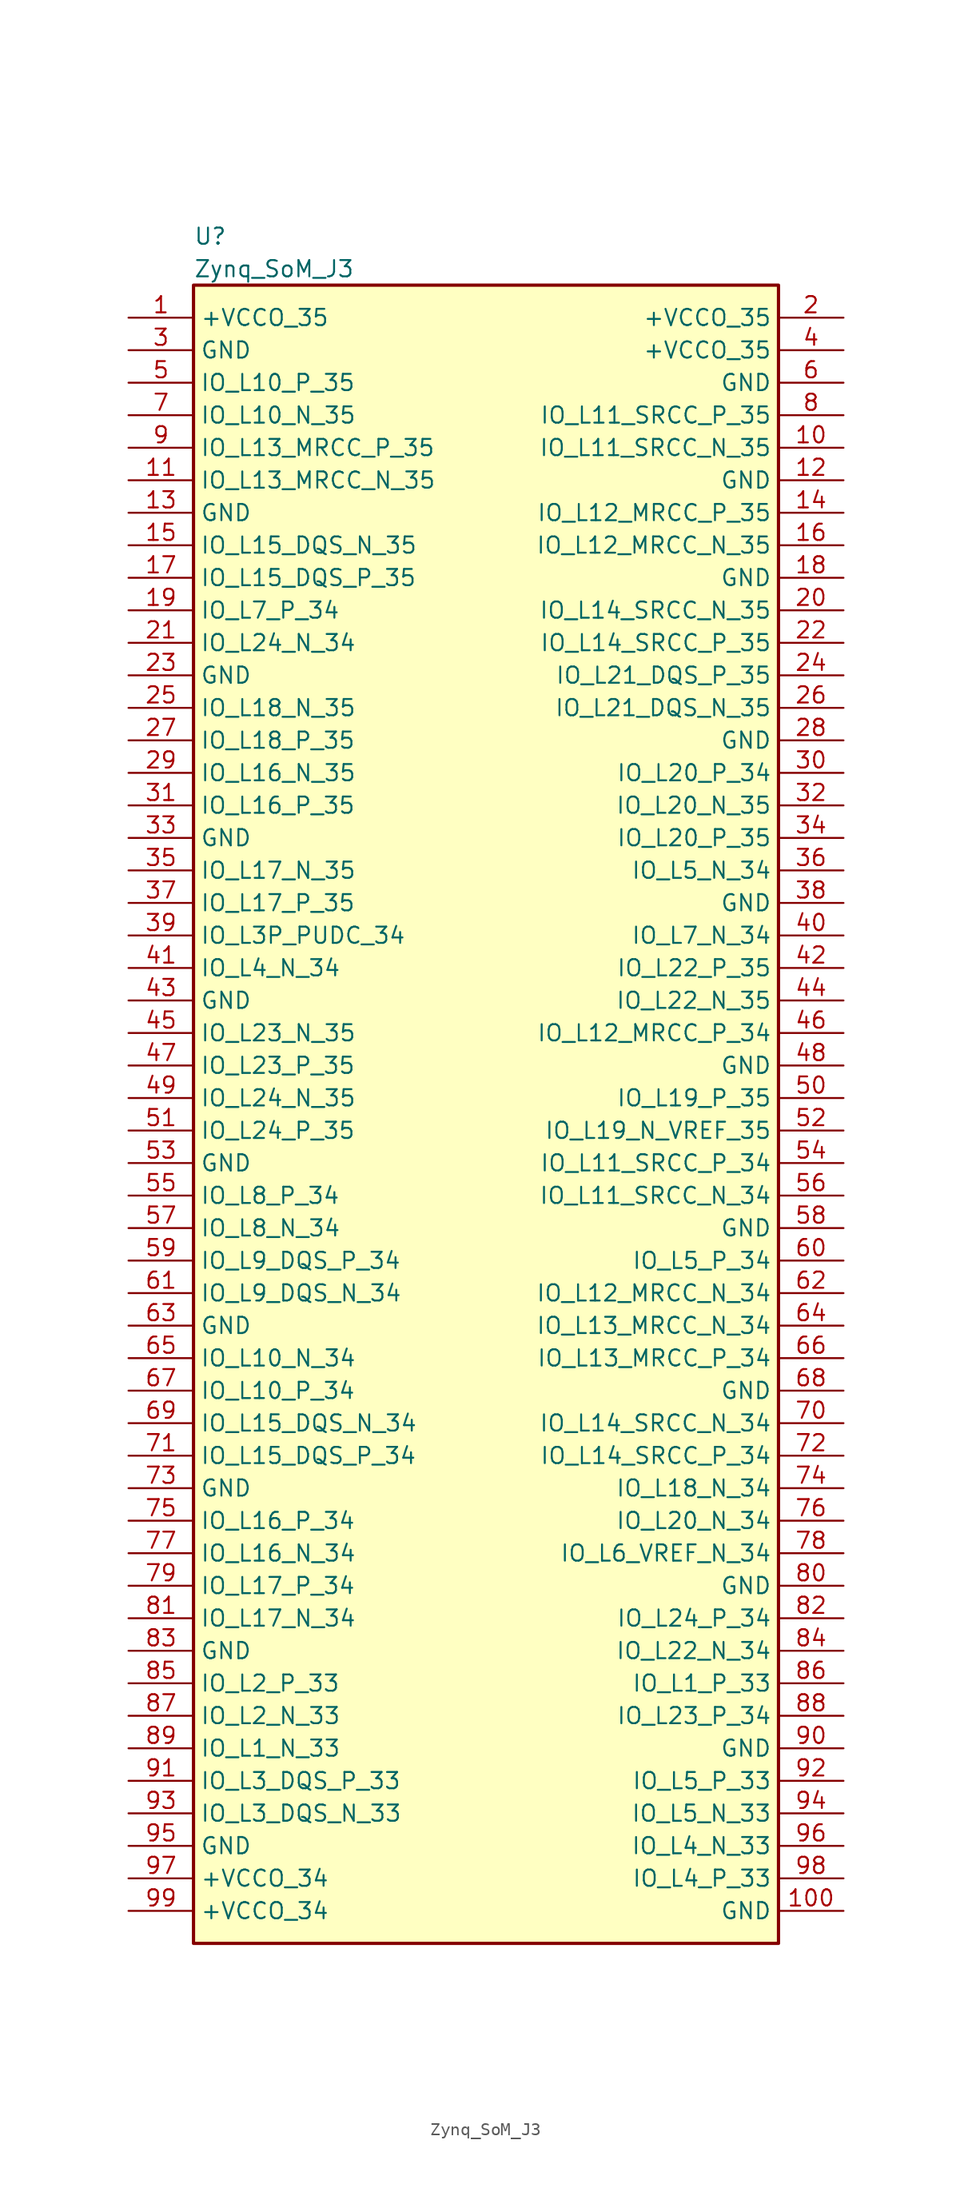
<source format=kicad_sym>
(kicad_symbol_lib
  (version 20231120)
  (generator "kicad_symbol_editor")
  (generator_version "8.0")
  (symbol "Zynq_SoM_J3"
    (property "Reference" "U"
      (at 5.08 6.35 0)
      (effects (font (size 1.27 1.27)) (justify left)))
    (property "Value" "Zynq_SoM_J3"
      (at 5.08 3.81 0)
      (effects (font (size 1.27 1.27)) (justify left)))
    (property "ki_locked" ""
      (at 0 0 0)
      (effects (font (size 1.27 1.27))))
    (symbol "Zynq_SoM_J3_1_1"
      (rectangle (start 5.08 2.54) (end 50.8 -127) (stroke (width 0.254) (type solid)) (fill (type background)))
      (pin bidirectional line (at 0 0 0) (length 5.08) (name "+VCCO_35" (effects (font (size 1.27 1.27)))) (number "1" (effects (font (size 1.27 1.27)))))
      (pin bidirectional line (at 55.88 -10.16 180) (length 5.08) (name "IO_L11_SRCC_N_35" (effects (font (size 1.27 1.27)))) (number "10" (effects (font (size 1.27 1.27)))))
      (pin bidirectional line (at 55.88 -124.46 180) (length 5.08) (name "GND" (effects (font (size 1.27 1.27)))) (number "100" (effects (font (size 1.27 1.27)))))
      (pin bidirectional line (at 0 -12.7 0) (length 5.08) (name "IO_L13_MRCC_N_35" (effects (font (size 1.27 1.27)))) (number "11" (effects (font (size 1.27 1.27)))))
      (pin bidirectional line (at 55.88 -12.7 180) (length 5.08) (name "GND" (effects (font (size 1.27 1.27)))) (number "12" (effects (font (size 1.27 1.27)))))
      (pin bidirectional line (at 0 -15.24 0) (length 5.08) (name "GND" (effects (font (size 1.27 1.27)))) (number "13" (effects (font (size 1.27 1.27)))))
      (pin bidirectional line (at 55.88 -15.24 180) (length 5.08) (name "IO_L12_MRCC_P_35" (effects (font (size 1.27 1.27)))) (number "14" (effects (font (size 1.27 1.27)))))
      (pin bidirectional line (at 0 -17.78 0) (length 5.08) (name "IO_L15_DQS_N_35" (effects (font (size 1.27 1.27)))) (number "15" (effects (font (size 1.27 1.27)))))
      (pin bidirectional line (at 55.88 -17.78 180) (length 5.08) (name "IO_L12_MRCC_N_35" (effects (font (size 1.27 1.27)))) (number "16" (effects (font (size 1.27 1.27)))))
      (pin bidirectional line (at 0 -20.32 0) (length 5.08) (name "IO_L15_DQS_P_35" (effects (font (size 1.27 1.27)))) (number "17" (effects (font (size 1.27 1.27)))))
      (pin bidirectional line (at 55.88 -20.32 180) (length 5.08) (name "GND" (effects (font (size 1.27 1.27)))) (number "18" (effects (font (size 1.27 1.27)))))
      (pin bidirectional line (at 0 -22.86 0) (length 5.08) (name "IO_L7_P_34" (effects (font (size 1.27 1.27)))) (number "19" (effects (font (size 1.27 1.27)))))
      (pin bidirectional line (at 55.88 0 180) (length 5.08) (name "+VCCO_35" (effects (font (size 1.27 1.27)))) (number "2" (effects (font (size 1.27 1.27)))))
      (pin bidirectional line (at 55.88 -22.86 180) (length 5.08) (name "IO_L14_SRCC_N_35" (effects (font (size 1.27 1.27)))) (number "20" (effects (font (size 1.27 1.27)))))
      (pin bidirectional line (at 0 -25.4 0) (length 5.08) (name "IO_L24_N_34" (effects (font (size 1.27 1.27)))) (number "21" (effects (font (size 1.27 1.27)))))
      (pin bidirectional line (at 55.88 -25.4 180) (length 5.08) (name "IO_L14_SRCC_P_35" (effects (font (size 1.27 1.27)))) (number "22" (effects (font (size 1.27 1.27)))))
      (pin bidirectional line (at 0 -27.94 0) (length 5.08) (name "GND" (effects (font (size 1.27 1.27)))) (number "23" (effects (font (size 1.27 1.27)))))
      (pin bidirectional line (at 55.88 -27.94 180) (length 5.08) (name "IO_L21_DQS_P_35" (effects (font (size 1.27 1.27)))) (number "24" (effects (font (size 1.27 1.27)))))
      (pin bidirectional line (at 0 -30.48 0) (length 5.08) (name "IO_L18_N_35" (effects (font (size 1.27 1.27)))) (number "25" (effects (font (size 1.27 1.27)))))
      (pin bidirectional line (at 55.88 -30.48 180) (length 5.08) (name "IO_L21_DQS_N_35" (effects (font (size 1.27 1.27)))) (number "26" (effects (font (size 1.27 1.27)))))
      (pin bidirectional line (at 0 -33.02 0) (length 5.08) (name "IO_L18_P_35" (effects (font (size 1.27 1.27)))) (number "27" (effects (font (size 1.27 1.27)))))
      (pin bidirectional line (at 55.88 -33.02 180) (length 5.08) (name "GND" (effects (font (size 1.27 1.27)))) (number "28" (effects (font (size 1.27 1.27)))))
      (pin bidirectional line (at 0 -35.56 0) (length 5.08) (name "IO_L16_N_35" (effects (font (size 1.27 1.27)))) (number "29" (effects (font (size 1.27 1.27)))))
      (pin bidirectional line (at 0 -2.54 0) (length 5.08) (name "GND" (effects (font (size 1.27 1.27)))) (number "3" (effects (font (size 1.27 1.27)))))
      (pin bidirectional line (at 55.88 -35.56 180) (length 5.08) (name "IO_L20_P_34" (effects (font (size 1.27 1.27)))) (number "30" (effects (font (size 1.27 1.27)))))
      (pin bidirectional line (at 0 -38.1 0) (length 5.08) (name "IO_L16_P_35" (effects (font (size 1.27 1.27)))) (number "31" (effects (font (size 1.27 1.27)))))
      (pin bidirectional line (at 55.88 -38.1 180) (length 5.08) (name "IO_L20_N_35" (effects (font (size 1.27 1.27)))) (number "32" (effects (font (size 1.27 1.27)))))
      (pin bidirectional line (at 0 -40.64 0) (length 5.08) (name "GND" (effects (font (size 1.27 1.27)))) (number "33" (effects (font (size 1.27 1.27)))))
      (pin bidirectional line (at 55.88 -40.64 180) (length 5.08) (name "IO_L20_P_35" (effects (font (size 1.27 1.27)))) (number "34" (effects (font (size 1.27 1.27)))))
      (pin bidirectional line (at 0 -43.18 0) (length 5.08) (name "IO_L17_N_35" (effects (font (size 1.27 1.27)))) (number "35" (effects (font (size 1.27 1.27)))))
      (pin bidirectional line (at 55.88 -43.18 180) (length 5.08) (name "IO_L5_N_34" (effects (font (size 1.27 1.27)))) (number "36" (effects (font (size 1.27 1.27)))))
      (pin bidirectional line (at 0 -45.72 0) (length 5.08) (name "IO_L17_P_35" (effects (font (size 1.27 1.27)))) (number "37" (effects (font (size 1.27 1.27)))))
      (pin bidirectional line (at 55.88 -45.72 180) (length 5.08) (name "GND" (effects (font (size 1.27 1.27)))) (number "38" (effects (font (size 1.27 1.27)))))
      (pin bidirectional line (at 0 -48.26 0) (length 5.08) (name "IO_L3P_PUDC_34" (effects (font (size 1.27 1.27)))) (number "39" (effects (font (size 1.27 1.27)))))
      (pin bidirectional line (at 55.88 -2.54 180) (length 5.08) (name "+VCCO_35" (effects (font (size 1.27 1.27)))) (number "4" (effects (font (size 1.27 1.27)))))
      (pin bidirectional line (at 55.88 -48.26 180) (length 5.08) (name "IO_L7_N_34" (effects (font (size 1.27 1.27)))) (number "40" (effects (font (size 1.27 1.27)))))
      (pin bidirectional line (at 0 -50.8 0) (length 5.08) (name "IO_L4_N_34" (effects (font (size 1.27 1.27)))) (number "41" (effects (font (size 1.27 1.27)))))
      (pin bidirectional line (at 55.88 -50.8 180) (length 5.08) (name "IO_L22_P_35" (effects (font (size 1.27 1.27)))) (number "42" (effects (font (size 1.27 1.27)))))
      (pin bidirectional line (at 0 -53.34 0) (length 5.08) (name "GND" (effects (font (size 1.27 1.27)))) (number "43" (effects (font (size 1.27 1.27)))))
      (pin bidirectional line (at 55.88 -53.34 180) (length 5.08) (name "IO_L22_N_35" (effects (font (size 1.27 1.27)))) (number "44" (effects (font (size 1.27 1.27)))))
      (pin bidirectional line (at 0 -55.88 0) (length 5.08) (name "IO_L23_N_35" (effects (font (size 1.27 1.27)))) (number "45" (effects (font (size 1.27 1.27)))))
      (pin bidirectional line (at 55.88 -55.88 180) (length 5.08) (name "IO_L12_MRCC_P_34" (effects (font (size 1.27 1.27)))) (number "46" (effects (font (size 1.27 1.27)))))
      (pin bidirectional line (at 0 -58.42 0) (length 5.08) (name "IO_L23_P_35" (effects (font (size 1.27 1.27)))) (number "47" (effects (font (size 1.27 1.27)))))
      (pin bidirectional line (at 55.88 -58.42 180) (length 5.08) (name "GND" (effects (font (size 1.27 1.27)))) (number "48" (effects (font (size 1.27 1.27)))))
      (pin bidirectional line (at 0 -60.96 0) (length 5.08) (name "IO_L24_N_35" (effects (font (size 1.27 1.27)))) (number "49" (effects (font (size 1.27 1.27)))))
      (pin bidirectional line (at 0 -5.08 0) (length 5.08) (name "IO_L10_P_35" (effects (font (size 1.27 1.27)))) (number "5" (effects (font (size 1.27 1.27)))))
      (pin bidirectional line (at 55.88 -60.96 180) (length 5.08) (name "IO_L19_P_35" (effects (font (size 1.27 1.27)))) (number "50" (effects (font (size 1.27 1.27)))))
      (pin bidirectional line (at 0 -63.5 0) (length 5.08) (name "IO_L24_P_35" (effects (font (size 1.27 1.27)))) (number "51" (effects (font (size 1.27 1.27)))))
      (pin bidirectional line (at 55.88 -63.5 180) (length 5.08) (name "IO_L19_N_VREF_35" (effects (font (size 1.27 1.27)))) (number "52" (effects (font (size 1.27 1.27)))))
      (pin bidirectional line (at 0 -66.04 0) (length 5.08) (name "GND" (effects (font (size 1.27 1.27)))) (number "53" (effects (font (size 1.27 1.27)))))
      (pin bidirectional line (at 55.88 -66.04 180) (length 5.08) (name "IO_L11_SRCC_P_34" (effects (font (size 1.27 1.27)))) (number "54" (effects (font (size 1.27 1.27)))))
      (pin bidirectional line (at 0 -68.58 0) (length 5.08) (name "IO_L8_P_34" (effects (font (size 1.27 1.27)))) (number "55" (effects (font (size 1.27 1.27)))))
      (pin bidirectional line (at 55.88 -68.58 180) (length 5.08) (name "IO_L11_SRCC_N_34" (effects (font (size 1.27 1.27)))) (number "56" (effects (font (size 1.27 1.27)))))
      (pin bidirectional line (at 0 -71.12 0) (length 5.08) (name "IO_L8_N_34" (effects (font (size 1.27 1.27)))) (number "57" (effects (font (size 1.27 1.27)))))
      (pin bidirectional line (at 55.88 -71.12 180) (length 5.08) (name "GND" (effects (font (size 1.27 1.27)))) (number "58" (effects (font (size 1.27 1.27)))))
      (pin bidirectional line (at 0 -73.66 0) (length 5.08) (name "IO_L9_DQS_P_34" (effects (font (size 1.27 1.27)))) (number "59" (effects (font (size 1.27 1.27)))))
      (pin bidirectional line (at 55.88 -5.08 180) (length 5.08) (name "GND" (effects (font (size 1.27 1.27)))) (number "6" (effects (font (size 1.27 1.27)))))
      (pin bidirectional line (at 55.88 -73.66 180) (length 5.08) (name "IO_L5_P_34" (effects (font (size 1.27 1.27)))) (number "60" (effects (font (size 1.27 1.27)))))
      (pin bidirectional line (at 0 -76.2 0) (length 5.08) (name "IO_L9_DQS_N_34" (effects (font (size 1.27 1.27)))) (number "61" (effects (font (size 1.27 1.27)))))
      (pin bidirectional line (at 55.88 -76.2 180) (length 5.08) (name "IO_L12_MRCC_N_34" (effects (font (size 1.27 1.27)))) (number "62" (effects (font (size 1.27 1.27)))))
      (pin bidirectional line (at 0 -78.74 0) (length 5.08) (name "GND" (effects (font (size 1.27 1.27)))) (number "63" (effects (font (size 1.27 1.27)))))
      (pin bidirectional line (at 55.88 -78.74 180) (length 5.08) (name "IO_L13_MRCC_N_34" (effects (font (size 1.27 1.27)))) (number "64" (effects (font (size 1.27 1.27)))))
      (pin bidirectional line (at 0 -81.28 0) (length 5.08) (name "IO_L10_N_34" (effects (font (size 1.27 1.27)))) (number "65" (effects (font (size 1.27 1.27)))))
      (pin bidirectional line (at 55.88 -81.28 180) (length 5.08) (name "IO_L13_MRCC_P_34" (effects (font (size 1.27 1.27)))) (number "66" (effects (font (size 1.27 1.27)))))
      (pin bidirectional line (at 0 -83.82 0) (length 5.08) (name "IO_L10_P_34" (effects (font (size 1.27 1.27)))) (number "67" (effects (font (size 1.27 1.27)))))
      (pin bidirectional line (at 55.88 -83.82 180) (length 5.08) (name "GND" (effects (font (size 1.27 1.27)))) (number "68" (effects (font (size 1.27 1.27)))))
      (pin bidirectional line (at 0 -86.36 0) (length 5.08) (name "IO_L15_DQS_N_34" (effects (font (size 1.27 1.27)))) (number "69" (effects (font (size 1.27 1.27)))))
      (pin bidirectional line (at 0 -7.62 0) (length 5.08) (name "IO_L10_N_35" (effects (font (size 1.27 1.27)))) (number "7" (effects (font (size 1.27 1.27)))))
      (pin bidirectional line (at 55.88 -86.36 180) (length 5.08) (name "IO_L14_SRCC_N_34" (effects (font (size 1.27 1.27)))) (number "70" (effects (font (size 1.27 1.27)))))
      (pin bidirectional line (at 0 -88.9 0) (length 5.08) (name "IO_L15_DQS_P_34" (effects (font (size 1.27 1.27)))) (number "71" (effects (font (size 1.27 1.27)))))
      (pin bidirectional line (at 55.88 -88.9 180) (length 5.08) (name "IO_L14_SRCC_P_34" (effects (font (size 1.27 1.27)))) (number "72" (effects (font (size 1.27 1.27)))))
      (pin bidirectional line (at 0 -91.44 0) (length 5.08) (name "GND" (effects (font (size 1.27 1.27)))) (number "73" (effects (font (size 1.27 1.27)))))
      (pin bidirectional line (at 55.88 -91.44 180) (length 5.08) (name "IO_L18_N_34" (effects (font (size 1.27 1.27)))) (number "74" (effects (font (size 1.27 1.27)))))
      (pin bidirectional line (at 0 -93.98 0) (length 5.08) (name "IO_L16_P_34" (effects (font (size 1.27 1.27)))) (number "75" (effects (font (size 1.27 1.27)))))
      (pin bidirectional line (at 55.88 -93.98 180) (length 5.08) (name "IO_L20_N_34" (effects (font (size 1.27 1.27)))) (number "76" (effects (font (size 1.27 1.27)))))
      (pin bidirectional line (at 0 -96.52 0) (length 5.08) (name "IO_L16_N_34" (effects (font (size 1.27 1.27)))) (number "77" (effects (font (size 1.27 1.27)))))
      (pin bidirectional line (at 55.88 -96.52 180) (length 5.08) (name "IO_L6_VREF_N_34" (effects (font (size 1.27 1.27)))) (number "78" (effects (font (size 1.27 1.27)))))
      (pin bidirectional line (at 0 -99.06 0) (length 5.08) (name "IO_L17_P_34" (effects (font (size 1.27 1.27)))) (number "79" (effects (font (size 1.27 1.27)))))
      (pin bidirectional line (at 55.88 -7.62 180) (length 5.08) (name "IO_L11_SRCC_P_35" (effects (font (size 1.27 1.27)))) (number "8" (effects (font (size 1.27 1.27)))))
      (pin bidirectional line (at 55.88 -99.06 180) (length 5.08) (name "GND" (effects (font (size 1.27 1.27)))) (number "80" (effects (font (size 1.27 1.27)))))
      (pin bidirectional line (at 0 -101.6 0) (length 5.08) (name "IO_L17_N_34" (effects (font (size 1.27 1.27)))) (number "81" (effects (font (size 1.27 1.27)))))
      (pin bidirectional line (at 55.88 -101.6 180) (length 5.08) (name "IO_L24_P_34" (effects (font (size 1.27 1.27)))) (number "82" (effects (font (size 1.27 1.27)))))
      (pin bidirectional line (at 0 -104.14 0) (length 5.08) (name "GND" (effects (font (size 1.27 1.27)))) (number "83" (effects (font (size 1.27 1.27)))))
      (pin bidirectional line (at 55.88 -104.14 180) (length 5.08) (name "IO_L22_N_34" (effects (font (size 1.27 1.27)))) (number "84" (effects (font (size 1.27 1.27)))))
      (pin bidirectional line (at 0 -106.68 0) (length 5.08) (name "IO_L2_P_33" (effects (font (size 1.27 1.27)))) (number "85" (effects (font (size 1.27 1.27)))))
      (pin bidirectional line (at 55.88 -106.68 180) (length 5.08) (name "IO_L1_P_33" (effects (font (size 1.27 1.27)))) (number "86" (effects (font (size 1.27 1.27)))))
      (pin bidirectional line (at 0 -109.22 0) (length 5.08) (name "IO_L2_N_33" (effects (font (size 1.27 1.27)))) (number "87" (effects (font (size 1.27 1.27)))))
      (pin bidirectional line (at 55.88 -109.22 180) (length 5.08) (name "IO_L23_P_34" (effects (font (size 1.27 1.27)))) (number "88" (effects (font (size 1.27 1.27)))))
      (pin bidirectional line (at 0 -111.76 0) (length 5.08) (name "IO_L1_N_33" (effects (font (size 1.27 1.27)))) (number "89" (effects (font (size 1.27 1.27)))))
      (pin bidirectional line (at 0 -10.16 0) (length 5.08) (name "IO_L13_MRCC_P_35" (effects (font (size 1.27 1.27)))) (number "9" (effects (font (size 1.27 1.27)))))
      (pin bidirectional line (at 55.88 -111.76 180) (length 5.08) (name "GND" (effects (font (size 1.27 1.27)))) (number "90" (effects (font (size 1.27 1.27)))))
      (pin bidirectional line (at 0 -114.3 0) (length 5.08) (name "IO_L3_DQS_P_33" (effects (font (size 1.27 1.27)))) (number "91" (effects (font (size 1.27 1.27)))))
      (pin bidirectional line (at 55.88 -114.3 180) (length 5.08) (name "IO_L5_P_33" (effects (font (size 1.27 1.27)))) (number "92" (effects (font (size 1.27 1.27)))))
      (pin bidirectional line (at 0 -116.84 0) (length 5.08) (name "IO_L3_DQS_N_33" (effects (font (size 1.27 1.27)))) (number "93" (effects (font (size 1.27 1.27)))))
      (pin bidirectional line (at 55.88 -116.84 180) (length 5.08) (name "IO_L5_N_33" (effects (font (size 1.27 1.27)))) (number "94" (effects (font (size 1.27 1.27)))))
      (pin bidirectional line (at 0 -119.38 0) (length 5.08) (name "GND" (effects (font (size 1.27 1.27)))) (number "95" (effects (font (size 1.27 1.27)))))
      (pin bidirectional line (at 55.88 -119.38 180) (length 5.08) (name "IO_L4_N_33" (effects (font (size 1.27 1.27)))) (number "96" (effects (font (size 1.27 1.27)))))
      (pin bidirectional line (at 0 -121.92 0) (length 5.08) (name "+VCCO_34" (effects (font (size 1.27 1.27)))) (number "97" (effects (font (size 1.27 1.27)))))
      (pin bidirectional line (at 55.88 -121.92 180) (length 5.08) (name "IO_L4_P_33" (effects (font (size 1.27 1.27)))) (number "98" (effects (font (size 1.27 1.27)))))
      (pin bidirectional line (at 0 -124.46 0) (length 5.08) (name "+VCCO_34" (effects (font (size 1.27 1.27)))) (number "99" (effects (font (size 1.27 1.27))))))))
</source>
